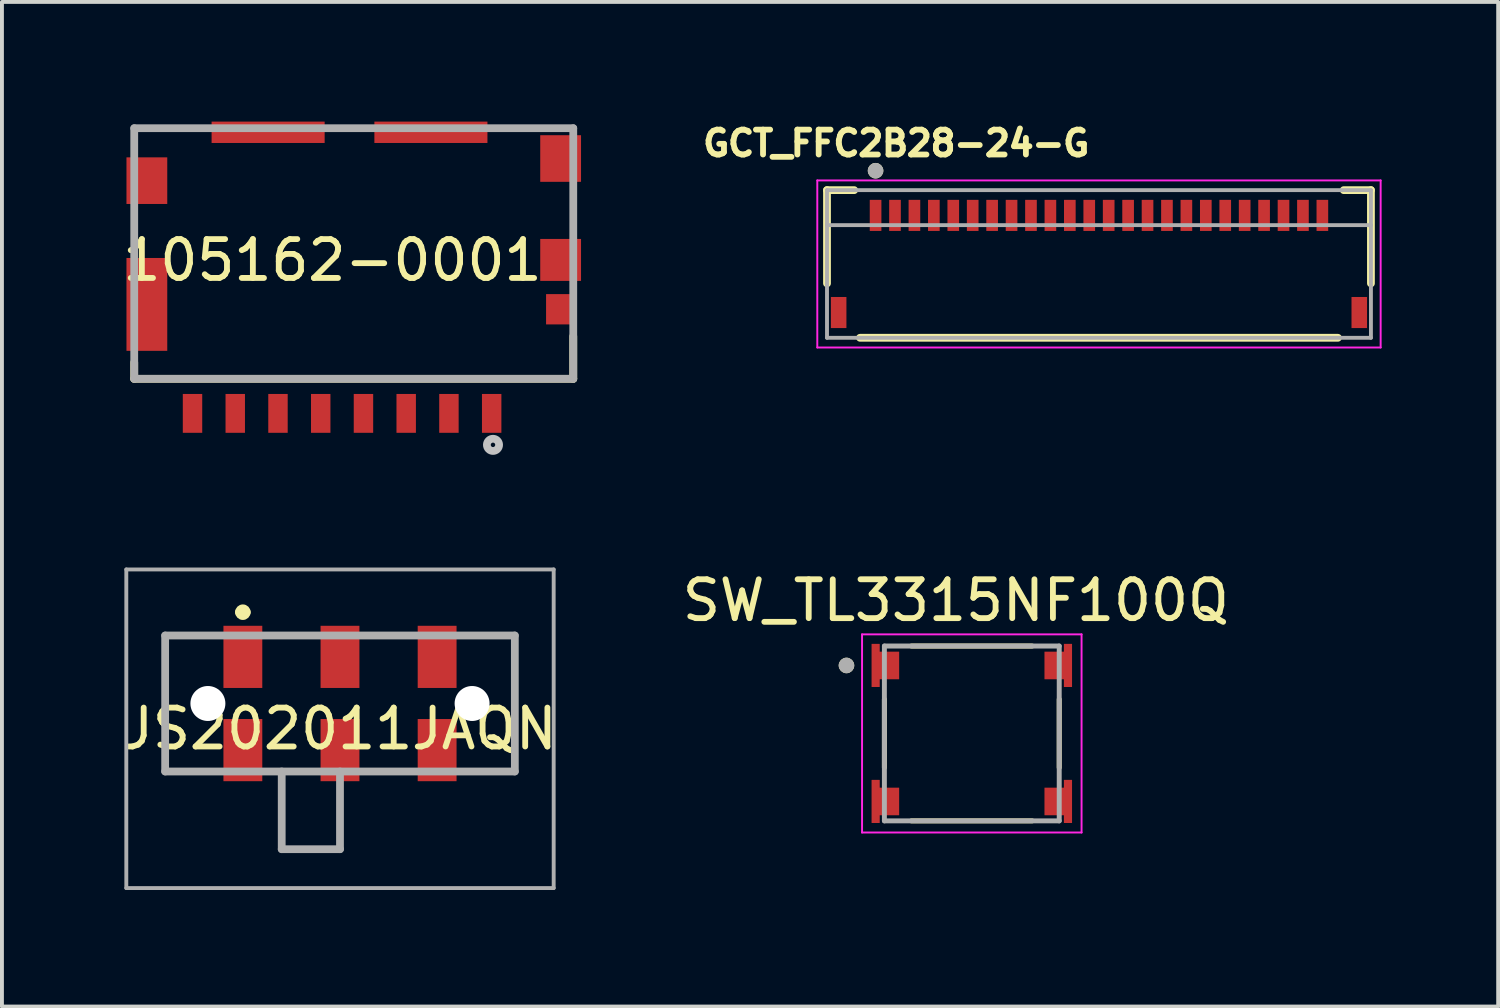
<source format=kicad_pcb>
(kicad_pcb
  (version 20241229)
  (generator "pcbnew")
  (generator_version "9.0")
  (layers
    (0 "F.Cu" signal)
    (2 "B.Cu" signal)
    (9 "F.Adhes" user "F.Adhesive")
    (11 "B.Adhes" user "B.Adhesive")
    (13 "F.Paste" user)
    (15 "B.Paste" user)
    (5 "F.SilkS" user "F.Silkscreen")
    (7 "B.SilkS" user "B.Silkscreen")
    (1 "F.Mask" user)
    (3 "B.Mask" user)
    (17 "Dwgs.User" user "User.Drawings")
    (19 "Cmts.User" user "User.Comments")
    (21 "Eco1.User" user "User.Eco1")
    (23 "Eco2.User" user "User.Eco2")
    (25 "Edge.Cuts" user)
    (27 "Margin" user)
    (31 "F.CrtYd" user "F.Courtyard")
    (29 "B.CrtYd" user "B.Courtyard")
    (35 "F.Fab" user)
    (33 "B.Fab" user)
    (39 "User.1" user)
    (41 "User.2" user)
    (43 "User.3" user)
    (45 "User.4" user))
  (footprint "GCT_FFC2B28-24-G"
    (layer "F.Cu")
    (at 25.236 3.744)
    (property "Reference" "GCT_FFC2B28-24-G" (at -5.218 -3.106 0) (layer "F.SilkS") (effects (font (size 0.64 0.64) (thickness 0.15))))
    (attr through_hole)
    (fp_line (start -7 -1.9) (end -6.3 -1.9) (stroke (width 0.2) (type solid)) (layer "F.SilkS"))
    (fp_line (start -7 0.5) (end -7 -1.9) (stroke (width 0.2) (type solid)) (layer "F.SilkS"))
    (fp_line (start -6.15 1.9) (end 6.15 1.9) (stroke (width 0.2) (type solid)) (layer "F.SilkS"))
    (fp_line (start 6.3 -1.9) (end 7 -1.9) (stroke (width 0.2) (type solid)) (layer "F.SilkS"))
    (fp_line (start 7 -1.9) (end 7 0.5) (stroke (width 0.2) (type solid)) (layer "F.SilkS"))
    (fp_circle (center -5.75 -2.4) (end -5.65 -2.4) (stroke (width 0.2) (type solid)) (fill no) (layer "F.SilkS"))
    (fp_line (start -7.25 -2.15) (end -7.25 2.15) (stroke (width 0.05) (type solid)) (layer "F.CrtYd"))
    (fp_line (start -7.25 2.15) (end 7.25 2.15) (stroke (width 0.05) (type solid)) (layer "F.CrtYd"))
    (fp_line (start 7.25 -2.15) (end -7.25 -2.15) (stroke (width 0.05) (type solid)) (layer "F.CrtYd"))
    (fp_line (start 7.25 2.15) (end 7.25 -2.15) (stroke (width 0.05) (type solid)) (layer "F.CrtYd"))
    (fp_line (start -7 -1.9) (end 7 -1.9) (stroke (width 0.1) (type solid)) (layer "F.Fab"))
    (fp_line (start -7 -1) (end -7 -1.9) (stroke (width 0.1) (type solid)) (layer "F.Fab"))
    (fp_line (start -7 -1) (end 7 -1) (stroke (width 0.1) (type solid)) (layer "F.Fab"))
    (fp_line (start -7 1.9) (end -7 -1) (stroke (width 0.1) (type solid)) (layer "F.Fab"))
    (fp_line (start 7 -1.9) (end 7 -1) (stroke (width 0.1) (type solid)) (layer "F.Fab"))
    (fp_line (start 7 -1) (end 7 1.9) (stroke (width 0.1) (type solid)) (layer "F.Fab"))
    (fp_line (start 7 1.9) (end -7 1.9) (stroke (width 0.1) (type solid)) (layer "F.Fab"))
    (fp_circle (center -5.75 -2.4) (end -5.65 -2.4) (stroke (width 0.2) (type solid)) (fill no) (layer "F.Fab"))
    (pad "1" smd rect (at -5.75 -1.25) (size 0.3 0.8) (layers "F.Cu" "F.Mask" "F.Paste"))
    (pad "2" smd rect (at -5.25 -1.25) (size 0.3 0.8) (layers "F.Cu" "F.Mask" "F.Paste"))
    (pad "3" smd rect (at -4.75 -1.25) (size 0.3 0.8) (layers "F.Cu" "F.Mask" "F.Paste"))
    (pad "4" smd rect (at -4.25 -1.25) (size 0.3 0.8) (layers "F.Cu" "F.Mask" "F.Paste"))
    (pad "5" smd rect (at -3.75 -1.25) (size 0.3 0.8) (layers "F.Cu" "F.Mask" "F.Paste"))
    (pad "6" smd rect (at -3.25 -1.25) (size 0.3 0.8) (layers "F.Cu" "F.Mask" "F.Paste"))
    (pad "7" smd rect (at -2.75 -1.25) (size 0.3 0.8) (layers "F.Cu" "F.Mask" "F.Paste"))
    (pad "8" smd rect (at -2.25 -1.25) (size 0.3 0.8) (layers "F.Cu" "F.Mask" "F.Paste"))
    (pad "9" smd rect (at -1.75 -1.25) (size 0.3 0.8) (layers "F.Cu" "F.Mask" "F.Paste"))
    (pad "10" smd rect (at -1.25 -1.25) (size 0.3 0.8) (layers "F.Cu" "F.Mask" "F.Paste"))
    (pad "11" smd rect (at -0.75 -1.25) (size 0.3 0.8) (layers "F.Cu" "F.Mask" "F.Paste"))
    (pad "12" smd rect (at -0.25 -1.25) (size 0.3 0.8) (layers "F.Cu" "F.Mask" "F.Paste"))
    (pad "13" smd rect (at 0.25 -1.25) (size 0.3 0.8) (layers "F.Cu" "F.Mask" "F.Paste"))
    (pad "14" smd rect (at 0.75 -1.25) (size 0.3 0.8) (layers "F.Cu" "F.Mask" "F.Paste"))
    (pad "15" smd rect (at 1.25 -1.25) (size 0.3 0.8) (layers "F.Cu" "F.Mask" "F.Paste"))
    (pad "16" smd rect (at 1.75 -1.25) (size 0.3 0.8) (layers "F.Cu" "F.Mask" "F.Paste"))
    (pad "17" smd rect (at 2.25 -1.25) (size 0.3 0.8) (layers "F.Cu" "F.Mask" "F.Paste"))
    (pad "18" smd rect (at 2.75 -1.25) (size 0.3 0.8) (layers "F.Cu" "F.Mask" "F.Paste"))
    (pad "19" smd rect (at 3.25 -1.25) (size 0.3 0.8) (layers "F.Cu" "F.Mask" "F.Paste"))
    (pad "20" smd rect (at 3.75 -1.25) (size 0.3 0.8) (layers "F.Cu" "F.Mask" "F.Paste"))
    (pad "21" smd rect (at 4.25 -1.25) (size 0.3 0.8) (layers "F.Cu" "F.Mask" "F.Paste"))
    (pad "22" smd rect (at 4.75 -1.25) (size 0.3 0.8) (layers "F.Cu" "F.Mask" "F.Paste"))
    (pad "23" smd rect (at 5.25 -1.25) (size 0.3 0.8) (layers "F.Cu" "F.Mask" "F.Paste"))
    (pad "24" smd rect (at 5.75 -1.25) (size 0.3 0.8) (layers "F.Cu" "F.Mask" "F.Paste"))
    (pad "S1" smd rect (at -6.7 1.25) (size 0.4 0.8) (layers "F.Cu" "F.Mask" "F.Paste"))
    (pad "S2" smd rect (at 6.7 1.25) (size 0.4 0.8) (layers "F.Cu" "F.Mask" "F.Paste")))
  (footprint "105162-0001"
    (layer "F.Cu")
    (at 6.055 0.25)
    (property "Reference" "105162-0001" (at -0.549 3.399 0) (layer "F.SilkS") (effects (font (size 1 1) (thickness 0.15))))
    (attr through_hole)
    (fp_line (start -5.65 6.45) (end -5.65 6.028) (stroke (width 0.2) (type solid)) (layer "F.SilkS"))
    (fp_line (start -5.65 6.45) (end 5.65 6.45) (stroke (width 0.2) (type solid)) (layer "F.SilkS"))
    (fp_line (start 5.65 6.45) (end 5.65 5.355) (stroke (width 0.2) (type solid)) (layer "F.SilkS"))
    (fp_circle (center 3.584 8.15) (end 3.641 8.15) (stroke (width 0.2) (type solid)) (fill no) (layer "Dwgs.User"))
    (fp_line (start -5.65 0) (end 5.65 0) (stroke (width 0.2) (type solid)) (layer "F.Fab"))
    (fp_line (start -5.65 6.45) (end -5.65 0) (stroke (width 0.2) (type solid)) (layer "F.Fab"))
    (fp_line (start 5.65 0) (end 5.65 6.45) (stroke (width 0.2) (type solid)) (layer "F.Fab"))
    (fp_line (start 5.65 6.45) (end -5.65 6.45) (stroke (width 0.2) (type solid)) (layer "F.Fab"))
    (pad "1" smd rect (at 3.55 7.34 90) (size 1 0.5) (layers "F.Cu" "F.Mask" "F.Paste"))
    (pad "2" smd rect (at 2.45 7.34 90) (size 1 0.5) (layers "F.Cu" "F.Mask" "F.Paste"))
    (pad "3" smd rect (at 1.35 7.34 90) (size 1 0.5) (layers "F.Cu" "F.Mask" "F.Paste"))
    (pad "4" smd rect (at 0.25 7.34 90) (size 1 0.5) (layers "F.Cu" "F.Mask" "F.Paste"))
    (pad "5" smd rect (at -0.85 7.34 90) (size 1 0.5) (layers "F.Cu" "F.Mask" "F.Paste"))
    (pad "6" smd rect (at -1.95 7.34 90) (size 1 0.5) (layers "F.Cu" "F.Mask" "F.Paste"))
    (pad "7" smd rect (at -3.05 7.34 90) (size 1 0.5) (layers "F.Cu" "F.Mask" "F.Paste"))
    (pad "8" smd rect (at -4.15 7.34 90) (size 1 0.5) (layers "F.Cu" "F.Mask" "F.Paste"))
    (pad "9" smd rect (at 5.31 4.66 90) (size 0.78 0.72) (layers "F.Cu" "F.Mask" "F.Paste"))
    (pad "10" smd rect (at 5.325 3.39 90) (size 1.08 1.05) (layers "F.Cu" "F.Mask" "F.Paste"))
    (pad "11" smd rect (at 5.325 0.78 90) (size 1.2 1.05) (layers "F.Cu" "F.Mask" "F.Paste"))
    (pad "12" smd rect (at -5.325 1.35 90) (size 1.2 1.05) (layers "F.Cu" "F.Mask" "F.Paste"))
    (pad "13" smd rect (at -5.325 4.535 90) (size 2.39 1.05) (layers "F.Cu" "F.Mask" "F.Paste"))
    (pad "14" smd rect (at 1.986 0.105) (size 2.91 0.55) (layers "F.Cu" "F.Mask" "F.Paste"))
    (pad "15" smd rect (at -2.204 0.105) (size 2.91 0.55) (layers "F.Cu" "F.Mask" "F.Paste")))
  (footprint "JS202011JAQN"
    (layer "F.Cu")
    (at 5.701 15.057)
    (property "Reference" "JS202011JAQN" (at 0 0.651 0) (layer "F.SilkS") (effects (font (size 1.001 1.001) (thickness 0.15))))
    (attr through_hole)
    (fp_line (start -4.5 -1.75) (end -4.5 1.75) (stroke (width 0.1) (type solid)) (layer "F.SilkS"))
    (fp_line (start -4.5 1.75) (end -3.5 1.75) (stroke (width 0.1) (type solid)) (layer "F.SilkS"))
    (fp_line (start -3.5 -1.75) (end -4.5 -1.75) (stroke (width 0.1) (type solid)) (layer "F.SilkS"))
    (fp_line (start -1.5 1.75) (end -1.5 3.75) (stroke (width 0.1) (type solid)) (layer "F.SilkS"))
    (fp_line (start -1.5 3.75) (end 0 3.75) (stroke (width 0.1) (type solid)) (layer "F.SilkS"))
    (fp_line (start 0 3.75) (end 0 2.25) (stroke (width 0.1) (type solid)) (layer "F.SilkS"))
    (fp_line (start 3.5 -1.75) (end 4.5 -1.75) (stroke (width 0.1) (type solid)) (layer "F.SilkS"))
    (fp_line (start 4.5 -1.75) (end 4.5 1.75) (stroke (width 0.1) (type solid)) (layer "F.SilkS"))
    (fp_line (start 4.5 1.75) (end 3.5 1.75) (stroke (width 0.1) (type solid)) (layer "F.SilkS"))
    (fp_arc (start -2.6 -2.35) (mid -2.5 -2.45) (end -2.4 -2.35) (stroke (width 0.2) (type solid)) (layer "F.SilkS"))
    (fp_arc (start -2.4 -2.35) (mid -2.5 -2.25) (end -2.6 -2.35) (stroke (width 0.2) (type solid)) (layer "F.SilkS"))
    (fp_line (start -5.5 -3.45) (end 5.5 -3.45) (stroke (width 0.1) (type solid)) (layer "F.Fab"))
    (fp_line (start -5.5 4.75) (end -5.5 -3.45) (stroke (width 0.1) (type solid)) (layer "F.Fab"))
    (fp_line (start -4.5 -1.75) (end 4.5 -1.75) (stroke (width 0.2) (type solid)) (layer "F.Fab"))
    (fp_line (start -4.5 1.75) (end -4.5 -1.75) (stroke (width 0.2) (type solid)) (layer "F.Fab"))
    (fp_line (start -1.5 3.75) (end -1.5 1.75) (stroke (width 0.2) (type solid)) (layer "F.Fab"))
    (fp_line (start 0 1.75) (end 0 3.75) (stroke (width 0.2) (type solid)) (layer "F.Fab"))
    (fp_line (start 0 3.75) (end -1.5 3.75) (stroke (width 0.2) (type solid)) (layer "F.Fab"))
    (fp_line (start 4.5 -1.75) (end 4.5 1.75) (stroke (width 0.2) (type solid)) (layer "F.Fab"))
    (fp_line (start 4.5 1.75) (end -4.5 1.75) (stroke (width 0.2) (type solid)) (layer "F.Fab"))
    (fp_line (start 5.5 -3.45) (end 5.5 4.75) (stroke (width 0.1) (type solid)) (layer "F.Fab"))
    (fp_line (start 5.5 4.75) (end -5.5 4.75) (stroke (width 0.1) (type solid)) (layer "F.Fab"))
    (pad "" np_thru_hole circle (at -3.4 0) (size 0.9 0.9) (drill 0.9) (layers "*.Cu" "*.Mask"))
    (pad "" np_thru_hole circle (at 3.4 0) (size 0.9 0.9) (drill 0.9) (layers "*.Cu" "*.Mask"))
    (pad "1" smd rect (at -2.5 -1.2 90) (size 1.6 1) (layers "F.Cu" "F.Mask" "F.Paste"))
    (pad "2" smd rect (at 0 -1.2 90) (size 1.6 1) (layers "F.Cu" "F.Mask" "F.Paste"))
    (pad "3" smd rect (at 2.5 -1.2 90) (size 1.6 1) (layers "F.Cu" "F.Mask" "F.Paste"))
    (pad "4" smd rect (at -2.5 1.2 90) (size 1.6 1) (layers "F.Cu" "F.Mask" "F.Paste"))
    (pad "5" smd rect (at 0 1.2 90) (size 1.6 1) (layers "F.Cu" "F.Mask" "F.Paste"))
    (pad "6" smd rect (at 2.5 1.2 90) (size 1.6 1) (layers "F.Cu" "F.Mask" "F.Paste")))
  (footprint "SW_TL3315NF100Q"
    (layer "F.Cu")
    (at 21.963 15.828)
    (property "Reference" "SW_TL3315NF100Q" (at -0.412 -3.423 0) (layer "F.SilkS") (effects (font (size 1 1) (thickness 0.15))))
    (attr through_hole)
    (fp_poly (pts (xy -2.675 -2.4) (xy -2.675 -1.1) (xy -2.275 -1.1) (xy -2.275 -1.3) (xy -1.775 -1.3) (xy -1.775 -2.2) (xy -2.275 -2.2) (xy -2.275 -2.4)) (stroke (width 0.01) (type solid)) (fill yes) (layer "F.Mask"))
    (fp_poly (pts (xy -2.275 2.4) (xy -2.675 2.4) (xy -2.675 1.1) (xy -2.275 1.1) (xy -2.275 1.3) (xy -1.775 1.3) (xy -1.775 2.2) (xy -2.275 2.2)) (stroke (width 0.01) (type solid)) (fill yes) (layer "F.Mask"))
    (fp_poly (pts (xy 2.275 -1.3) (xy 1.775 -1.3) (xy 1.775 -2.2) (xy 2.275 -2.2) (xy 2.275 -2.4) (xy 2.675 -2.4) (xy 2.675 -1.1) (xy 2.275 -1.1)) (stroke (width 0.01) (type solid)) (fill yes) (layer "F.Mask"))
    (fp_poly (pts (xy 2.275 2.2) (xy 1.775 2.2) (xy 1.775 1.3) (xy 2.275 1.3) (xy 2.275 1.1) (xy 2.675 1.1) (xy 2.675 2.4) (xy 2.275 2.4)) (stroke (width 0.01) (type solid)) (fill yes) (layer "F.Mask"))
    (fp_line (start -2.25 -0.88) (end -2.25 0.88) (stroke (width 0.127) (type solid)) (layer "F.SilkS"))
    (fp_line (start -1.555 -2.25) (end 1.555 -2.25) (stroke (width 0.127) (type solid)) (layer "F.SilkS"))
    (fp_line (start -1.555 2.25) (end 1.555 2.25) (stroke (width 0.127) (type solid)) (layer "F.SilkS"))
    (fp_line (start 2.25 -0.88) (end 2.25 0.88) (stroke (width 0.127) (type solid)) (layer "F.SilkS"))
    (fp_circle (center -3.226 -1.75) (end -3.126 -1.75) (stroke (width 0.2) (type solid)) (fill no) (layer "F.SilkS"))
    (fp_poly (pts (xy -2.375 -1.2) (xy -2.575 -1.2) (xy -2.575 -2.3) (xy -2.375 -2.3) (xy -2.375 -2.1) (xy -1.875 -2.1) (xy -1.875 -1.4) (xy -2.375 -1.4)) (stroke (width 0.01) (type solid)) (fill yes) (layer "F.Paste"))
    (fp_poly (pts (xy -2.375 2.3) (xy -2.575 2.3) (xy -2.575 1.2) (xy -2.375 1.2) (xy -2.375 1.4) (xy -1.875 1.4) (xy -1.875 2.1) (xy -2.375 2.1)) (stroke (width 0.01) (type solid)) (fill yes) (layer "F.Paste"))
    (fp_poly (pts (xy 2.375 -1.4) (xy 1.875 -1.4) (xy 1.875 -2.1) (xy 2.375 -2.1) (xy 2.375 -2.3) (xy 2.575 -2.3) (xy 2.575 -1.2) (xy 2.375 -1.2)) (stroke (width 0.01) (type solid)) (fill yes) (layer "F.Paste"))
    (fp_poly (pts (xy 2.375 2.1) (xy 1.875 2.1) (xy 1.875 1.4) (xy 2.375 1.4) (xy 2.375 1.2) (xy 2.575 1.2) (xy 2.575 2.3) (xy 2.375 2.3)) (stroke (width 0.01) (type solid)) (fill yes) (layer "F.Paste"))
    (fp_line (start -2.825 -2.55) (end -2.825 2.55) (stroke (width 0.05) (type solid)) (layer "F.CrtYd"))
    (fp_line (start -2.825 2.55) (end 2.825 2.55) (stroke (width 0.05) (type solid)) (layer "F.CrtYd"))
    (fp_line (start 2.825 -2.55) (end -2.825 -2.55) (stroke (width 0.05) (type solid)) (layer "F.CrtYd"))
    (fp_line (start 2.825 2.55) (end 2.825 -2.55) (stroke (width 0.05) (type solid)) (layer "F.CrtYd"))
    (fp_line (start -2.25 -2.25) (end 2.25 -2.25) (stroke (width 0.127) (type solid)) (layer "F.Fab"))
    (fp_line (start -2.25 2.25) (end -2.25 -2.25) (stroke (width 0.127) (type solid)) (layer "F.Fab"))
    (fp_line (start 2.25 -2.25) (end 2.25 2.25) (stroke (width 0.127) (type solid)) (layer "F.Fab"))
    (fp_line (start 2.25 2.25) (end -2.25 2.25) (stroke (width 0.127) (type solid)) (layer "F.Fab"))
    (fp_circle (center -3.226 -1.75) (end -3.126 -1.75) (stroke (width 0.2) (type solid)) (fill no) (layer "F.Fab"))
    (pad "1" smd custom (at -2.23 -1.75) (size 0.5 0.5) (layers "F.Cu") (options (anchor rect)) (primitives (gr_poly (pts (xy -0.145 0.55) (xy -0.345 0.55) (xy -0.345 -0.55) (xy -0.145 -0.55) (xy -0.145 -0.35) (xy 0.355 -0.35) (xy 0.355 0.35) (xy -0.145 0.35)) (width 0.01) (fill yes))))
    (pad "2" smd custom (at 2.23 -1.75) (size 0.5 0.5) (layers "F.Cu") (options (anchor rect)) (primitives (gr_poly (pts (xy 0.145 0.35) (xy -0.355 0.35) (xy -0.355 -0.35) (xy 0.145 -0.35) (xy 0.145 -0.55) (xy 0.345 -0.55) (xy 0.345 0.55) (xy 0.145 0.55)) (width 0.01) (fill yes))))
    (pad "3" smd custom (at -2.23 1.75) (size 0.5 0.5) (layers "F.Cu") (options (anchor rect)) (primitives (gr_poly (pts (xy -0.145 0.55) (xy -0.345 0.55) (xy -0.345 -0.55) (xy -0.145 -0.55) (xy -0.145 -0.35) (xy 0.355 -0.35) (xy 0.355 0.35) (xy -0.145 0.35)) (width 0.01) (fill yes))))
    (pad "4" smd custom (at 2.23 1.75) (size 0.5 0.5) (layers "F.Cu") (options (anchor rect)) (primitives (gr_poly (pts (xy 0.145 0.35) (xy -0.355 0.35) (xy -0.355 -0.35) (xy 0.145 -0.35) (xy 0.145 -0.55) (xy 0.345 -0.55) (xy 0.345 0.55) (xy 0.145 0.55)) (width 0.01) (fill yes)))))
  (gr_rect
    (start -3 -3)
    (end 35.511 22.857)
    (stroke (width 0.1) (type default))
    (fill no)
    (layer "Edge.Cuts")))
</source>
